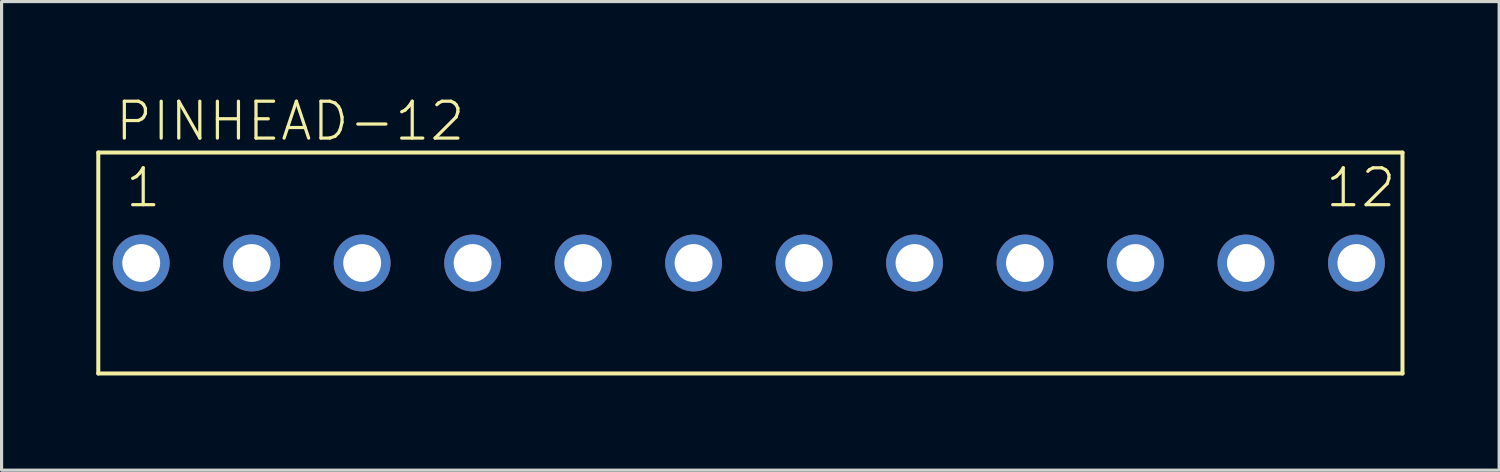
<source format=kicad_pcb>
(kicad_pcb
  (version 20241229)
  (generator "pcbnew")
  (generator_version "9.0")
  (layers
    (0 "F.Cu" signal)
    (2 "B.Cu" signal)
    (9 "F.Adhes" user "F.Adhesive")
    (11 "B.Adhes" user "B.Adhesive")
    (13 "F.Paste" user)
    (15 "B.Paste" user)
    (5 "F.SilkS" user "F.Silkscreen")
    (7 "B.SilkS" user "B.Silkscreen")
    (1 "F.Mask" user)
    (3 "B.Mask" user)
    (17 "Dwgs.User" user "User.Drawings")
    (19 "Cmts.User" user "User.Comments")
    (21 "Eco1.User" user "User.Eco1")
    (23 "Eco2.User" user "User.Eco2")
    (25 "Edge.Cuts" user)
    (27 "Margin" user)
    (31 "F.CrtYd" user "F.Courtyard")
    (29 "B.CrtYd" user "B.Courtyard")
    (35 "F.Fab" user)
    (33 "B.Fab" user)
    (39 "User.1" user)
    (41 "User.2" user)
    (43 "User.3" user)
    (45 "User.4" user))
  (footprint "PINHEAD-12"
    (layer "F.Cu")
    (at 18.924 5.283)
    (property "Reference" "PINHEAD-12" (at -18.38 -3.81 0) (layer "F.SilkS") (effects (font (size 1.168 1.168) (thickness 0.102)) (justify left bottom)))
    (fp_line (start -18.86 -3.5) (end -18.86 3.5) (stroke (width 0.127) (type solid)) (layer "F.SilkS"))
    (fp_line (start -18.86 3.5) (end 22.46 3.5) (stroke (width 0.127) (type solid)) (layer "F.SilkS"))
    (fp_line (start 22.46 -3.5) (end -18.86 -3.5) (stroke (width 0.127) (type solid)) (layer "F.SilkS"))
    (fp_line (start 22.46 3.5) (end 22.46 -3.5) (stroke (width 0.127) (type solid)) (layer "F.SilkS"))
    (fp_text user "12" (at 19.96 -1.7 0) (layer "F.SilkS") (effects (font (size 1.168 1.168) (thickness 0.102)) (justify left bottom)))
    (fp_text user "1" (at -18.06 -1.7 0) (layer "F.SilkS") (effects (font (size 1.168 1.168) (thickness 0.102)) (justify left bottom)))
    (pad "1" thru_hole circle (at -17.5 0) (size 1.8 1.8) (drill 1.2) (layers "*.Cu" "*.Mask"))
    (pad "2" thru_hole circle (at -14 0) (size 1.8 1.8) (drill 1.2) (layers "*.Cu" "*.Mask"))
    (pad "3" thru_hole circle (at -10.5 0) (size 1.8 1.8) (drill 1.2) (layers "*.Cu" "*.Mask"))
    (pad "4" thru_hole circle (at -7 0) (size 1.8 1.8) (drill 1.2) (layers "*.Cu" "*.Mask"))
    (pad "5" thru_hole circle (at -3.5 0) (size 1.8 1.8) (drill 1.2) (layers "*.Cu" "*.Mask"))
    (pad "6" thru_hole circle (at 0 0) (size 1.8 1.8) (drill 1.2) (layers "*.Cu" "*.Mask"))
    (pad "7" thru_hole circle (at 3.5 0) (size 1.8 1.8) (drill 1.2) (layers "*.Cu" "*.Mask"))
    (pad "8" thru_hole circle (at 7 0) (size 1.8 1.8) (drill 1.2) (layers "*.Cu" "*.Mask"))
    (pad "9" thru_hole circle (at 10.5 0) (size 1.8 1.8) (drill 1.2) (layers "*.Cu" "*.Mask"))
    (pad "10" thru_hole circle (at 14 0) (size 1.8 1.8) (drill 1.2) (layers "*.Cu" "*.Mask"))
    (pad "11" thru_hole circle (at 17.5 0) (size 1.8 1.8) (drill 1.2) (layers "*.Cu" "*.Mask"))
    (pad "12" thru_hole circle (at 21 0) (size 1.8 1.8) (drill 1.2) (layers "*.Cu" "*.Mask")))
  (gr_rect
    (start -3 -3)
    (end 44.447 11.847)
    (stroke (width 0.1) (type default))
    (fill no)
    (layer "Edge.Cuts")))
</source>
